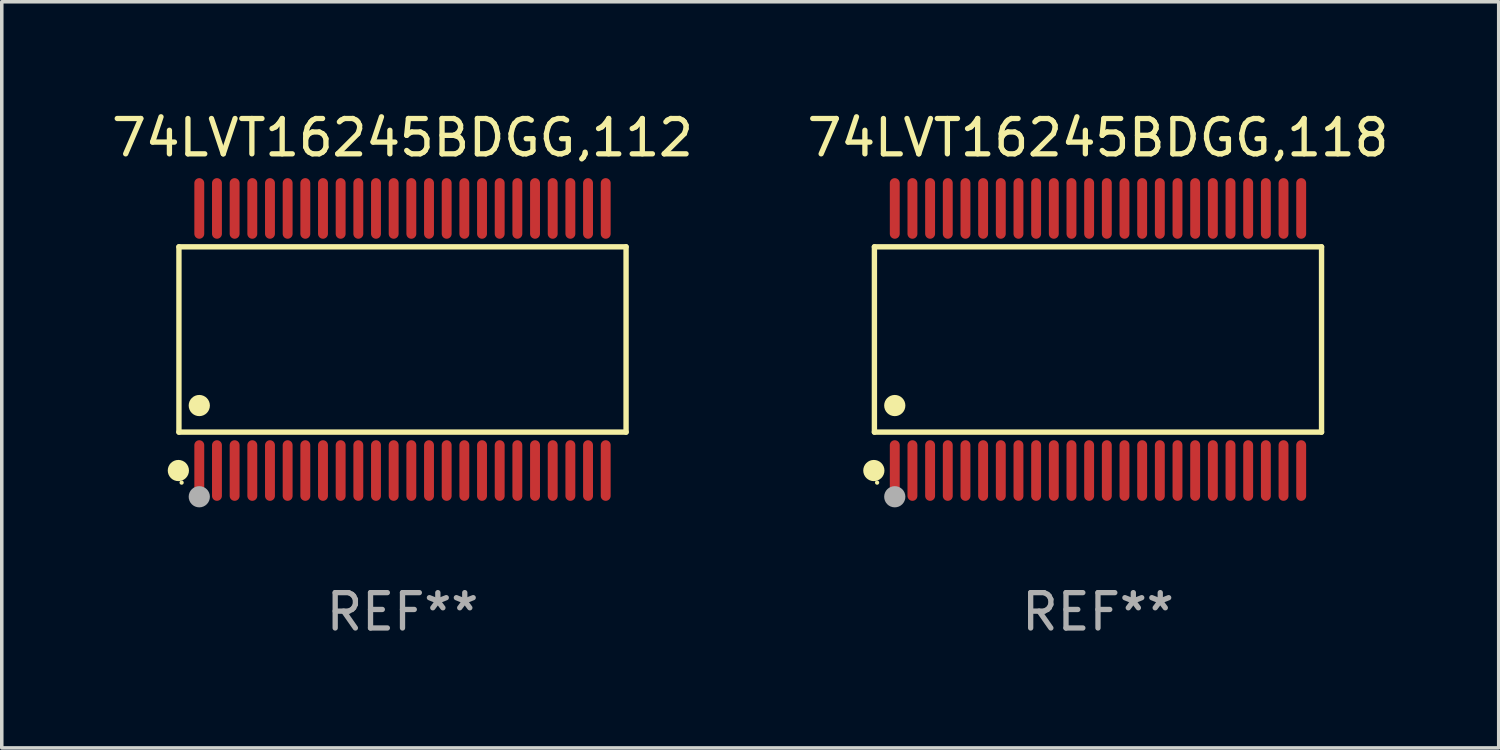
<source format=kicad_pcb>
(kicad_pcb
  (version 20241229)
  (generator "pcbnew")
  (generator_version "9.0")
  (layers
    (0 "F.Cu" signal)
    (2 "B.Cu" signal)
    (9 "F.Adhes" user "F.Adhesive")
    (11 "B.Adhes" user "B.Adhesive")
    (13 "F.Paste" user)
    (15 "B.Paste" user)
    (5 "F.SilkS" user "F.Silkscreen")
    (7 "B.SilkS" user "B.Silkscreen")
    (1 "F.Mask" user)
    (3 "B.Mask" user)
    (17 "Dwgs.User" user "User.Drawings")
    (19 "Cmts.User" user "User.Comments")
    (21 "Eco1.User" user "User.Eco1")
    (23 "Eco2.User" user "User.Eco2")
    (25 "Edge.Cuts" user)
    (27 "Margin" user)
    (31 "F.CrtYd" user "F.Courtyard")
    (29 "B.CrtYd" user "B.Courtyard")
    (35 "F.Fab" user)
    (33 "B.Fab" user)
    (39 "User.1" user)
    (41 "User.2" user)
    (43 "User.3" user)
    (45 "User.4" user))
  (footprint "74LVT16245BDGG,112"
    (layer "F.Cu")
    (at 8.339 6.556)
    (property "Reference" "74LVT16245BDGG,112" (at 0 -5.708 0) (layer "F.SilkS") (effects (font (size 1 1) (thickness 0.15))))
    (attr through_hole)
    (fp_line (start -6.326 -2.622) (end 6.326 -2.622) (stroke (width 0.152) (type solid)) (layer "F.SilkS"))
    (fp_line (start -6.326 2.621) (end -6.326 -2.622) (stroke (width 0.152) (type solid)) (layer "F.SilkS"))
    (fp_line (start 6.326 -2.622) (end 6.326 2.621) (stroke (width 0.152) (type solid)) (layer "F.SilkS"))
    (fp_line (start 6.326 2.621) (end -6.326 2.621) (stroke (width 0.152) (type solid)) (layer "F.SilkS"))
    (fp_circle (center -6.342 3.708) (end -6.192 3.708) (stroke (width 0.3) (type solid)) (fill no) (layer "F.SilkS"))
    (fp_circle (center -6.25 4.05) (end -6.22 4.05) (stroke (width 0.06) (type solid)) (fill no) (layer "F.SilkS"))
    (fp_circle (center -5.75 1.869) (end -5.6 1.869) (stroke (width 0.3) (type solid)) (fill no) (layer "F.SilkS"))
    (fp_circle (center -5.75 4.45) (end -5.6 4.45) (stroke (width 0.3) (type solid)) (fill no) (layer "F.Fab"))
    (fp_text user "REF**" (at 0 7.708 0) (layer "F.Fab") (effects (font (size 1 1) (thickness 0.15))))
    (pad "1" smd oval (at -5.75 3.708) (size 0.28 1.715) (layers "F.Cu" "F.Mask" "F.Paste"))
    (pad "2" smd oval (at -5.25 3.708) (size 0.28 1.715) (layers "F.Cu" "F.Mask" "F.Paste"))
    (pad "3" smd oval (at -4.75 3.708) (size 0.28 1.715) (layers "F.Cu" "F.Mask" "F.Paste"))
    (pad "4" smd oval (at -4.25 3.708) (size 0.28 1.715) (layers "F.Cu" "F.Mask" "F.Paste"))
    (pad "5" smd oval (at -3.75 3.708) (size 0.28 1.715) (layers "F.Cu" "F.Mask" "F.Paste"))
    (pad "6" smd oval (at -3.25 3.708) (size 0.28 1.715) (layers "F.Cu" "F.Mask" "F.Paste"))
    (pad "7" smd oval (at -2.75 3.708) (size 0.28 1.715) (layers "F.Cu" "F.Mask" "F.Paste"))
    (pad "8" smd oval (at -2.25 3.708) (size 0.28 1.715) (layers "F.Cu" "F.Mask" "F.Paste"))
    (pad "9" smd oval (at -1.75 3.708) (size 0.28 1.715) (layers "F.Cu" "F.Mask" "F.Paste"))
    (pad "10" smd oval (at -1.25 3.708) (size 0.28 1.715) (layers "F.Cu" "F.Mask" "F.Paste"))
    (pad "11" smd oval (at -0.75 3.708) (size 0.28 1.715) (layers "F.Cu" "F.Mask" "F.Paste"))
    (pad "12" smd oval (at -0.25 3.708) (size 0.28 1.715) (layers "F.Cu" "F.Mask" "F.Paste"))
    (pad "13" smd oval (at 0.25 3.708) (size 0.28 1.715) (layers "F.Cu" "F.Mask" "F.Paste"))
    (pad "14" smd oval (at 0.75 3.708) (size 0.28 1.715) (layers "F.Cu" "F.Mask" "F.Paste"))
    (pad "15" smd oval (at 1.25 3.708) (size 0.28 1.715) (layers "F.Cu" "F.Mask" "F.Paste"))
    (pad "16" smd oval (at 1.75 3.708) (size 0.28 1.715) (layers "F.Cu" "F.Mask" "F.Paste"))
    (pad "17" smd oval (at 2.25 3.708) (size 0.28 1.715) (layers "F.Cu" "F.Mask" "F.Paste"))
    (pad "18" smd oval (at 2.75 3.708) (size 0.28 1.715) (layers "F.Cu" "F.Mask" "F.Paste"))
    (pad "19" smd oval (at 3.25 3.708) (size 0.28 1.715) (layers "F.Cu" "F.Mask" "F.Paste"))
    (pad "20" smd oval (at 3.75 3.708) (size 0.28 1.715) (layers "F.Cu" "F.Mask" "F.Paste"))
    (pad "21" smd oval (at 4.25 3.708) (size 0.28 1.715) (layers "F.Cu" "F.Mask" "F.Paste"))
    (pad "22" smd oval (at 4.75 3.708) (size 0.28 1.715) (layers "F.Cu" "F.Mask" "F.Paste"))
    (pad "23" smd oval (at 5.25 3.708) (size 0.28 1.715) (layers "F.Cu" "F.Mask" "F.Paste"))
    (pad "24" smd oval (at 5.75 3.708) (size 0.28 1.715) (layers "F.Cu" "F.Mask" "F.Paste"))
    (pad "25" smd oval (at 5.75 -3.708) (size 0.28 1.715) (layers "F.Cu" "F.Mask" "F.Paste"))
    (pad "26" smd oval (at 5.25 -3.708) (size 0.28 1.715) (layers "F.Cu" "F.Mask" "F.Paste"))
    (pad "27" smd oval (at 4.75 -3.708) (size 0.28 1.715) (layers "F.Cu" "F.Mask" "F.Paste"))
    (pad "28" smd oval (at 4.25 -3.708) (size 0.28 1.715) (layers "F.Cu" "F.Mask" "F.Paste"))
    (pad "29" smd oval (at 3.75 -3.708) (size 0.28 1.715) (layers "F.Cu" "F.Mask" "F.Paste"))
    (pad "30" smd oval (at 3.25 -3.708) (size 0.28 1.715) (layers "F.Cu" "F.Mask" "F.Paste"))
    (pad "31" smd oval (at 2.75 -3.708) (size 0.28 1.715) (layers "F.Cu" "F.Mask" "F.Paste"))
    (pad "32" smd oval (at 2.25 -3.708) (size 0.28 1.715) (layers "F.Cu" "F.Mask" "F.Paste"))
    (pad "33" smd oval (at 1.75 -3.708) (size 0.28 1.715) (layers "F.Cu" "F.Mask" "F.Paste"))
    (pad "34" smd oval (at 1.25 -3.708) (size 0.28 1.715) (layers "F.Cu" "F.Mask" "F.Paste"))
    (pad "35" smd oval (at 0.75 -3.708) (size 0.28 1.715) (layers "F.Cu" "F.Mask" "F.Paste"))
    (pad "36" smd oval (at 0.25 -3.708) (size 0.28 1.715) (layers "F.Cu" "F.Mask" "F.Paste"))
    (pad "37" smd oval (at -0.25 -3.708) (size 0.28 1.715) (layers "F.Cu" "F.Mask" "F.Paste"))
    (pad "38" smd oval (at -0.75 -3.708) (size 0.28 1.715) (layers "F.Cu" "F.Mask" "F.Paste"))
    (pad "39" smd oval (at -1.25 -3.708) (size 0.28 1.715) (layers "F.Cu" "F.Mask" "F.Paste"))
    (pad "40" smd oval (at -1.75 -3.708) (size 0.28 1.715) (layers "F.Cu" "F.Mask" "F.Paste"))
    (pad "41" smd oval (at -2.25 -3.708) (size 0.28 1.715) (layers "F.Cu" "F.Mask" "F.Paste"))
    (pad "42" smd oval (at -2.75 -3.708) (size 0.28 1.715) (layers "F.Cu" "F.Mask" "F.Paste"))
    (pad "43" smd oval (at -3.25 -3.708) (size 0.28 1.715) (layers "F.Cu" "F.Mask" "F.Paste"))
    (pad "44" smd oval (at -3.75 -3.708) (size 0.28 1.715) (layers "F.Cu" "F.Mask" "F.Paste"))
    (pad "45" smd oval (at -4.25 -3.708) (size 0.28 1.715) (layers "F.Cu" "F.Mask" "F.Paste"))
    (pad "46" smd oval (at -4.75 -3.708) (size 0.28 1.715) (layers "F.Cu" "F.Mask" "F.Paste"))
    (pad "47" smd oval (at -5.25 -3.708) (size 0.28 1.715) (layers "F.Cu" "F.Mask" "F.Paste"))
    (pad "48" smd oval (at -5.75 -3.708) (size 0.28 1.715) (layers "F.Cu" "F.Mask" "F.Paste")))
  (footprint "74LVT16245BDGG,118"
    (layer "F.Cu")
    (at 28.018 6.556)
    (property "Reference" "74LVT16245BDGG,118" (at 0 -5.708 0) (layer "F.SilkS") (effects (font (size 1 1) (thickness 0.15))))
    (attr through_hole)
    (fp_line (start -6.326 -2.622) (end 6.326 -2.622) (stroke (width 0.152) (type solid)) (layer "F.SilkS"))
    (fp_line (start -6.326 2.621) (end -6.326 -2.622) (stroke (width 0.152) (type solid)) (layer "F.SilkS"))
    (fp_line (start 6.326 -2.622) (end 6.326 2.621) (stroke (width 0.152) (type solid)) (layer "F.SilkS"))
    (fp_line (start 6.326 2.621) (end -6.326 2.621) (stroke (width 0.152) (type solid)) (layer "F.SilkS"))
    (fp_circle (center -6.342 3.708) (end -6.192 3.708) (stroke (width 0.3) (type solid)) (fill no) (layer "F.SilkS"))
    (fp_circle (center -6.25 4.05) (end -6.22 4.05) (stroke (width 0.06) (type solid)) (fill no) (layer "F.SilkS"))
    (fp_circle (center -5.75 1.869) (end -5.6 1.869) (stroke (width 0.3) (type solid)) (fill no) (layer "F.SilkS"))
    (fp_circle (center -5.75 4.45) (end -5.6 4.45) (stroke (width 0.3) (type solid)) (fill no) (layer "F.Fab"))
    (fp_text user "REF**" (at 0 7.708 0) (layer "F.Fab") (effects (font (size 1 1) (thickness 0.15))))
    (pad "1" smd oval (at -5.75 3.708) (size 0.28 1.715) (layers "F.Cu" "F.Mask" "F.Paste"))
    (pad "2" smd oval (at -5.25 3.708) (size 0.28 1.715) (layers "F.Cu" "F.Mask" "F.Paste"))
    (pad "3" smd oval (at -4.75 3.708) (size 0.28 1.715) (layers "F.Cu" "F.Mask" "F.Paste"))
    (pad "4" smd oval (at -4.25 3.708) (size 0.28 1.715) (layers "F.Cu" "F.Mask" "F.Paste"))
    (pad "5" smd oval (at -3.75 3.708) (size 0.28 1.715) (layers "F.Cu" "F.Mask" "F.Paste"))
    (pad "6" smd oval (at -3.25 3.708) (size 0.28 1.715) (layers "F.Cu" "F.Mask" "F.Paste"))
    (pad "7" smd oval (at -2.75 3.708) (size 0.28 1.715) (layers "F.Cu" "F.Mask" "F.Paste"))
    (pad "8" smd oval (at -2.25 3.708) (size 0.28 1.715) (layers "F.Cu" "F.Mask" "F.Paste"))
    (pad "9" smd oval (at -1.75 3.708) (size 0.28 1.715) (layers "F.Cu" "F.Mask" "F.Paste"))
    (pad "10" smd oval (at -1.25 3.708) (size 0.28 1.715) (layers "F.Cu" "F.Mask" "F.Paste"))
    (pad "11" smd oval (at -0.75 3.708) (size 0.28 1.715) (layers "F.Cu" "F.Mask" "F.Paste"))
    (pad "12" smd oval (at -0.25 3.708) (size 0.28 1.715) (layers "F.Cu" "F.Mask" "F.Paste"))
    (pad "13" smd oval (at 0.25 3.708) (size 0.28 1.715) (layers "F.Cu" "F.Mask" "F.Paste"))
    (pad "14" smd oval (at 0.75 3.708) (size 0.28 1.715) (layers "F.Cu" "F.Mask" "F.Paste"))
    (pad "15" smd oval (at 1.25 3.708) (size 0.28 1.715) (layers "F.Cu" "F.Mask" "F.Paste"))
    (pad "16" smd oval (at 1.75 3.708) (size 0.28 1.715) (layers "F.Cu" "F.Mask" "F.Paste"))
    (pad "17" smd oval (at 2.25 3.708) (size 0.28 1.715) (layers "F.Cu" "F.Mask" "F.Paste"))
    (pad "18" smd oval (at 2.75 3.708) (size 0.28 1.715) (layers "F.Cu" "F.Mask" "F.Paste"))
    (pad "19" smd oval (at 3.25 3.708) (size 0.28 1.715) (layers "F.Cu" "F.Mask" "F.Paste"))
    (pad "20" smd oval (at 3.75 3.708) (size 0.28 1.715) (layers "F.Cu" "F.Mask" "F.Paste"))
    (pad "21" smd oval (at 4.25 3.708) (size 0.28 1.715) (layers "F.Cu" "F.Mask" "F.Paste"))
    (pad "22" smd oval (at 4.75 3.708) (size 0.28 1.715) (layers "F.Cu" "F.Mask" "F.Paste"))
    (pad "23" smd oval (at 5.25 3.708) (size 0.28 1.715) (layers "F.Cu" "F.Mask" "F.Paste"))
    (pad "24" smd oval (at 5.75 3.708) (size 0.28 1.715) (layers "F.Cu" "F.Mask" "F.Paste"))
    (pad "25" smd oval (at 5.75 -3.708) (size 0.28 1.715) (layers "F.Cu" "F.Mask" "F.Paste"))
    (pad "26" smd oval (at 5.25 -3.708) (size 0.28 1.715) (layers "F.Cu" "F.Mask" "F.Paste"))
    (pad "27" smd oval (at 4.75 -3.708) (size 0.28 1.715) (layers "F.Cu" "F.Mask" "F.Paste"))
    (pad "28" smd oval (at 4.25 -3.708) (size 0.28 1.715) (layers "F.Cu" "F.Mask" "F.Paste"))
    (pad "29" smd oval (at 3.75 -3.708) (size 0.28 1.715) (layers "F.Cu" "F.Mask" "F.Paste"))
    (pad "30" smd oval (at 3.25 -3.708) (size 0.28 1.715) (layers "F.Cu" "F.Mask" "F.Paste"))
    (pad "31" smd oval (at 2.75 -3.708) (size 0.28 1.715) (layers "F.Cu" "F.Mask" "F.Paste"))
    (pad "32" smd oval (at 2.25 -3.708) (size 0.28 1.715) (layers "F.Cu" "F.Mask" "F.Paste"))
    (pad "33" smd oval (at 1.75 -3.708) (size 0.28 1.715) (layers "F.Cu" "F.Mask" "F.Paste"))
    (pad "34" smd oval (at 1.25 -3.708) (size 0.28 1.715) (layers "F.Cu" "F.Mask" "F.Paste"))
    (pad "35" smd oval (at 0.75 -3.708) (size 0.28 1.715) (layers "F.Cu" "F.Mask" "F.Paste"))
    (pad "36" smd oval (at 0.25 -3.708) (size 0.28 1.715) (layers "F.Cu" "F.Mask" "F.Paste"))
    (pad "37" smd oval (at -0.25 -3.708) (size 0.28 1.715) (layers "F.Cu" "F.Mask" "F.Paste"))
    (pad "38" smd oval (at -0.75 -3.708) (size 0.28 1.715) (layers "F.Cu" "F.Mask" "F.Paste"))
    (pad "39" smd oval (at -1.25 -3.708) (size 0.28 1.715) (layers "F.Cu" "F.Mask" "F.Paste"))
    (pad "40" smd oval (at -1.75 -3.708) (size 0.28 1.715) (layers "F.Cu" "F.Mask" "F.Paste"))
    (pad "41" smd oval (at -2.25 -3.708) (size 0.28 1.715) (layers "F.Cu" "F.Mask" "F.Paste"))
    (pad "42" smd oval (at -2.75 -3.708) (size 0.28 1.715) (layers "F.Cu" "F.Mask" "F.Paste"))
    (pad "43" smd oval (at -3.25 -3.708) (size 0.28 1.715) (layers "F.Cu" "F.Mask" "F.Paste"))
    (pad "44" smd oval (at -3.75 -3.708) (size 0.28 1.715) (layers "F.Cu" "F.Mask" "F.Paste"))
    (pad "45" smd oval (at -4.25 -3.708) (size 0.28 1.715) (layers "F.Cu" "F.Mask" "F.Paste"))
    (pad "46" smd oval (at -4.75 -3.708) (size 0.28 1.715) (layers "F.Cu" "F.Mask" "F.Paste"))
    (pad "47" smd oval (at -5.25 -3.708) (size 0.28 1.715) (layers "F.Cu" "F.Mask" "F.Paste"))
    (pad "48" smd oval (at -5.75 -3.708) (size 0.28 1.715) (layers "F.Cu" "F.Mask" "F.Paste")))
  (gr_rect
    (start -3 -3)
    (end 39.357 18.112)
    (stroke (width 0.1) (type default))
    (fill no)
    (layer "Edge.Cuts")))
</source>
